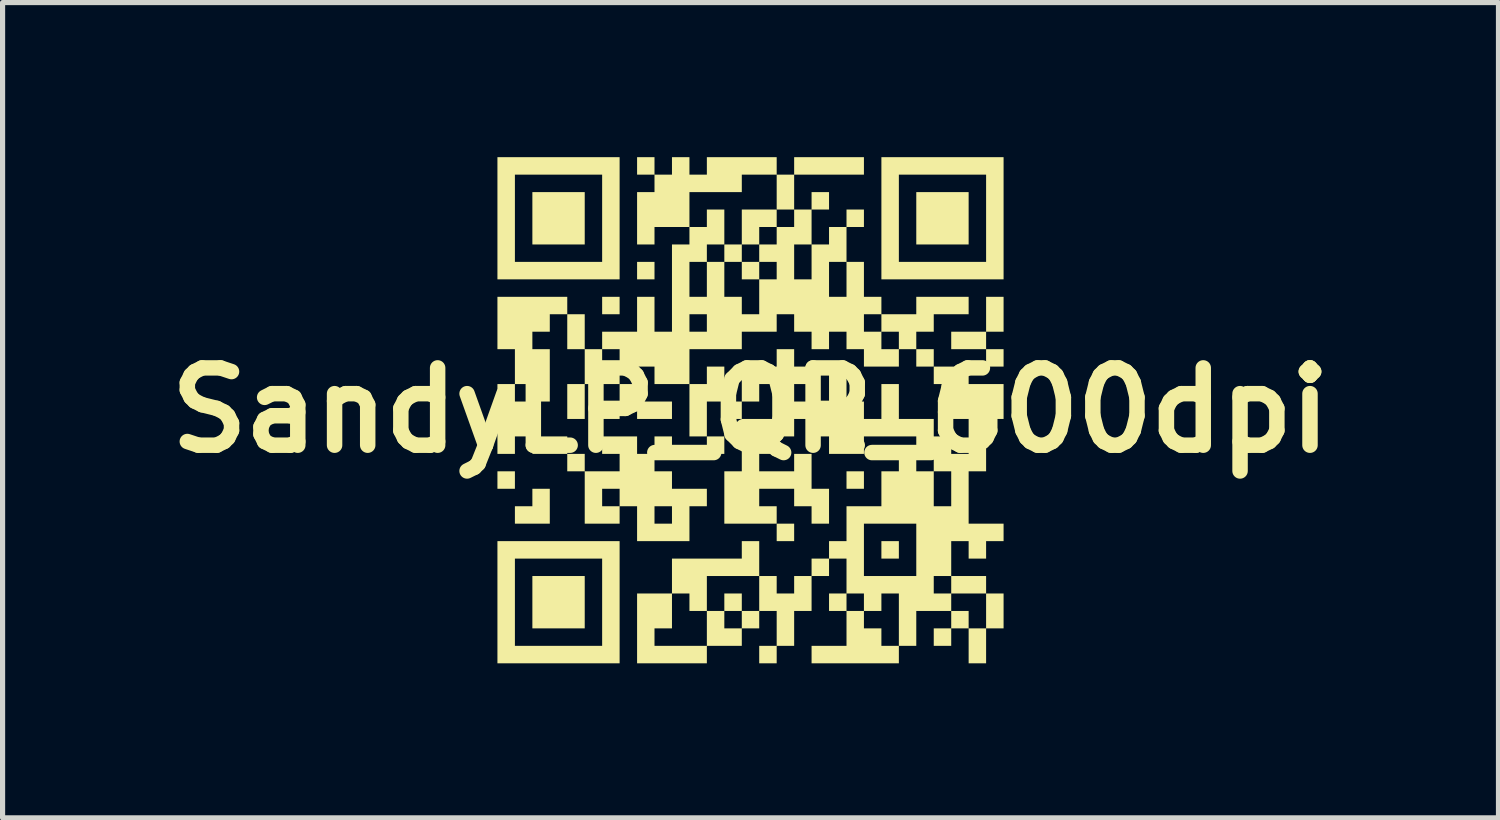
<source format=kicad_pcb>
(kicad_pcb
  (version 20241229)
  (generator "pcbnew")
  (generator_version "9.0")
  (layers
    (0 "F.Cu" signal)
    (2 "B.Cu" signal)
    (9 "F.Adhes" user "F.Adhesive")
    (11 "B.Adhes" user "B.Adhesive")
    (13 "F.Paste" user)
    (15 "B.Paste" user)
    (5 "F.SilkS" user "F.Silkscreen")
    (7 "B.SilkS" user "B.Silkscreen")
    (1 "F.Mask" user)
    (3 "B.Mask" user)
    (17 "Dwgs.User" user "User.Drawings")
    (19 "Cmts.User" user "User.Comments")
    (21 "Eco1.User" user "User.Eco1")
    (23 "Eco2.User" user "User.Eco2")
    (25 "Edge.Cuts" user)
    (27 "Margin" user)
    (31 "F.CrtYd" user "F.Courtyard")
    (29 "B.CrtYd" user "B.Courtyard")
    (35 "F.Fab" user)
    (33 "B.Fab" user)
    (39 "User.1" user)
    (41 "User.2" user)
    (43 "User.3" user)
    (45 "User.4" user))
  (footprint "SandyLP_QR_600dpi"
    (layer "F.Cu")
    (at 11.514 4.911)
    (property "Reference" "SandyLP_QR_600dpi" (at 0 0 0) (layer "F.SilkS") (effects (font (size 1.5 1.5) (thickness 0.3))))
    (attr board_only exclude_from_pos_files exclude_from_bom)
    (fp_poly (pts (xy -4.572 1.355) (xy -4.572 1.524) (xy -4.741 1.524) (xy -4.911 1.524) (xy -4.911 1.355) (xy -4.911 1.185) (xy -4.741 1.185) (xy -4.572 1.185)) (stroke (width 0) (type solid)) (fill yes) (layer "F.SilkS"))
    (fp_poly (pts (xy -3.556 0.677) (xy -3.556 0.847) (xy -3.895 0.847) (xy -4.233 0.847) (xy -4.233 0.677) (xy -4.233 0.508) (xy -3.895 0.508) (xy -3.556 0.508)) (stroke (width 0) (type solid)) (fill yes) (layer "F.SilkS"))
    (fp_poly (pts (xy -3.217 -3.725) (xy -3.217 -3.217) (xy -3.725 -3.217) (xy -4.233 -3.217) (xy -4.233 -3.725) (xy -4.233 -4.233) (xy -3.725 -4.233) (xy -3.217 -4.233)) (stroke (width 0) (type solid)) (fill yes) (layer "F.SilkS"))
    (fp_poly (pts (xy -3.217 3.725) (xy -3.217 4.233) (xy -3.725 4.233) (xy -4.233 4.233) (xy -4.233 3.725) (xy -4.233 3.217) (xy -3.725 3.217) (xy -3.217 3.217)) (stroke (width 0) (type solid)) (fill yes) (layer "F.SilkS"))
    (fp_poly (pts (xy -2.54 -2.032) (xy -2.54 -1.863) (xy -2.709 -1.863) (xy -2.879 -1.863) (xy -2.879 -2.032) (xy -2.879 -2.201) (xy -2.709 -2.201) (xy -2.54 -2.201)) (stroke (width 0) (type solid)) (fill yes) (layer "F.SilkS"))
    (fp_poly (pts (xy -1.863 -2.709) (xy -1.863 -2.54) (xy -2.032 -2.54) (xy -2.201 -2.54) (xy -2.201 -2.709) (xy -2.201 -2.879) (xy -2.032 -2.879) (xy -1.863 -2.879)) (stroke (width 0) (type solid)) (fill yes) (layer "F.SilkS"))
    (fp_poly (pts (xy -1.524 0) (xy -1.524 0.169) (xy -1.863 0.169) (xy -2.201 0.169) (xy -2.201 0) (xy -2.201 -0.169) (xy -1.863 -0.169) (xy -1.524 -0.169)) (stroke (width 0) (type solid)) (fill yes) (layer "F.SilkS"))
    (fp_poly (pts (xy -0.508 0.677) (xy -0.508 0.847) (xy -0.677 0.847) (xy -0.847 0.847) (xy -0.847 0.677) (xy -0.847 0.508) (xy -0.677 0.508) (xy -0.508 0.508)) (stroke (width 0) (type solid)) (fill yes) (layer "F.SilkS"))
    (fp_poly (pts (xy -0.169 3.725) (xy -0.169 3.895) (xy -0.339 3.895) (xy -0.508 3.895) (xy -0.508 3.725) (xy -0.508 3.556) (xy -0.339 3.556) (xy -0.169 3.556)) (stroke (width 0) (type solid)) (fill yes) (layer "F.SilkS"))
    (fp_poly (pts (xy 0.169 -2.709) (xy 0.169 -2.54) (xy 0 -2.54) (xy -0.169 -2.54) (xy -0.169 -2.709) (xy -0.169 -2.879) (xy 0 -2.879) (xy 0.169 -2.879)) (stroke (width 0) (type solid)) (fill yes) (layer "F.SilkS"))
    (fp_poly (pts (xy 0.847 2.371) (xy 0.847 2.54) (xy 0.677 2.54) (xy 0.508 2.54) (xy 0.508 2.371) (xy 0.508 2.201) (xy 0.677 2.201) (xy 0.847 2.201)) (stroke (width 0) (type solid)) (fill yes) (layer "F.SilkS"))
    (fp_poly (pts (xy 2.201 1.355) (xy 2.201 1.524) (xy 2.032 1.524) (xy 1.863 1.524) (xy 1.863 1.355) (xy 1.863 1.185) (xy 2.032 1.185) (xy 2.201 1.185)) (stroke (width 0) (type solid)) (fill yes) (layer "F.SilkS"))
    (fp_poly (pts (xy 2.879 2.709) (xy 2.879 2.879) (xy 2.709 2.879) (xy 2.54 2.879) (xy 2.54 2.709) (xy 2.54 2.54) (xy 2.709 2.54) (xy 2.879 2.54)) (stroke (width 0) (type solid)) (fill yes) (layer "F.SilkS"))
    (fp_poly (pts (xy 3.556 -1.016) (xy 3.556 -0.847) (xy 3.387 -0.847) (xy 3.217 -0.847) (xy 3.217 -1.016) (xy 3.217 -1.185) (xy 3.387 -1.185) (xy 3.556 -1.185)) (stroke (width 0) (type solid)) (fill yes) (layer "F.SilkS"))
    (fp_poly (pts (xy 4.233 -3.725) (xy 4.233 -3.217) (xy 3.725 -3.217) (xy 3.217 -3.217) (xy 3.217 -3.725) (xy 3.217 -4.233) (xy 3.725 -4.233) (xy 4.233 -4.233)) (stroke (width 0) (type solid)) (fill yes) (layer "F.SilkS"))
    (fp_poly (pts (xy 4.911 -1.016) (xy 4.911 -0.847) (xy 4.741 -0.847) (xy 4.572 -0.847) (xy 4.572 -1.016) (xy 4.572 -1.185) (xy 4.741 -1.185) (xy 4.911 -1.185)) (stroke (width 0) (type solid)) (fill yes) (layer "F.SilkS"))
    (fp_poly (pts (xy -3.895 1.863) (xy -3.895 2.201) (xy -4.233 2.201) (xy -4.572 2.201) (xy -4.572 2.032) (xy -4.572 1.863) (xy -4.403 1.863) (xy -4.233 1.863) (xy -4.233 1.693) (xy -4.233 1.524) (xy -4.064 1.524) (xy -3.895 1.524)) (stroke (width 0) (type solid)) (fill yes) (layer "F.SilkS"))
    (fp_poly (pts (xy -2.201 -0.339) (xy -2.201 -0.169) (xy -2.371 -0.169) (xy -2.54 -0.169) (xy -2.54 0) (xy -2.54 0.169) (xy -2.709 0.169) (xy -2.879 0.169) (xy -2.879 0) (xy -2.879 -0.169) (xy -2.709 -0.169) (xy -2.54 -0.169) (xy -2.54 -0.339) (xy -2.54 -0.508) (xy -2.371 -0.508) (xy -2.201 -0.508)) (stroke (width 0) (type solid)) (fill yes) (layer "F.SilkS"))
    (fp_poly (pts (xy 4.911 -1.863) (xy 4.911 -1.524) (xy 4.741 -1.524) (xy 4.572 -1.524) (xy 4.572 -1.355) (xy 4.572 -1.185) (xy 4.233 -1.185) (xy 3.895 -1.185) (xy 3.895 -1.355) (xy 3.895 -1.524) (xy 4.233 -1.524) (xy 4.572 -1.524) (xy 4.572 -1.863) (xy 4.572 -2.201) (xy 4.741 -2.201) (xy 4.911 -2.201)) (stroke (width 0) (type solid)) (fill yes) (layer "F.SilkS"))
    (fp_poly (pts (xy -2.54 -3.725) (xy -2.54 -2.54) (xy -3.725 -2.54) (xy -4.911 -2.54) (xy -4.911 -3.725) (xy -4.572 -3.725) (xy -4.572 -2.879) (xy -3.725 -2.879) (xy -2.879 -2.879) (xy -2.879 -3.725) (xy -2.879 -4.572) (xy -3.725 -4.572) (xy -4.572 -4.572) (xy -4.572 -3.725) (xy -4.911 -3.725) (xy -4.911 -4.911) (xy -3.725 -4.911) (xy -2.54 -4.911)) (stroke (width 0) (type solid)) (fill yes) (layer "F.SilkS"))
    (fp_poly (pts (xy -2.54 3.725) (xy -2.54 4.911) (xy -3.725 4.911) (xy -4.911 4.911) (xy -4.911 3.725) (xy -4.572 3.725) (xy -4.572 4.572) (xy -3.725 4.572) (xy -2.879 4.572) (xy -2.879 3.725) (xy -2.879 2.879) (xy -3.725 2.879) (xy -4.572 2.879) (xy -4.572 3.725) (xy -4.911 3.725) (xy -4.911 2.54) (xy -3.725 2.54) (xy -2.54 2.54)) (stroke (width 0) (type solid)) (fill yes) (layer "F.SilkS"))
    (fp_poly (pts (xy 4.911 -3.725) (xy 4.911 -2.54) (xy 3.725 -2.54) (xy 2.54 -2.54) (xy 2.54 -3.725) (xy 2.879 -3.725) (xy 2.879 -2.879) (xy 3.725 -2.879) (xy 4.572 -2.879) (xy 4.572 -3.725) (xy 4.572 -4.572) (xy 3.725 -4.572) (xy 2.879 -4.572) (xy 2.879 -3.725) (xy 2.54 -3.725) (xy 2.54 -4.911) (xy 3.725 -4.911) (xy 4.911 -4.911)) (stroke (width 0) (type solid)) (fill yes) (layer "F.SilkS"))
    (fp_poly (pts (xy 0.508 -3.725) (xy 0.508 -3.556) (xy 0.339 -3.556) (xy 0.169 -3.556) (xy 0.169 -3.387) (xy 0.169 -3.217) (xy 0 -3.217) (xy -0.169 -3.217) (xy -0.169 -3.048) (xy -0.169 -2.879) (xy -0.339 -2.879) (xy -0.508 -2.879) (xy -0.508 -3.048) (xy -0.508 -3.217) (xy -0.339 -3.217) (xy -0.169 -3.217) (xy -0.169 -3.556) (xy -0.169 -3.895) (xy 0.169 -3.895) (xy 0.508 -3.895)) (stroke (width 0) (type solid)) (fill yes) (layer "F.SilkS"))
    (fp_poly (pts (xy 4.911 3.895) (xy 4.911 4.233) (xy 4.741 4.233) (xy 4.572 4.233) (xy 4.572 4.572) (xy 4.572 4.911) (xy 4.403 4.911) (xy 4.233 4.911) (xy 4.233 4.572) (xy 4.233 4.233) (xy 4.064 4.233) (xy 3.895 4.233) (xy 3.895 4.403) (xy 3.895 4.572) (xy 3.725 4.572) (xy 3.556 4.572) (xy 3.556 4.403) (xy 3.556 4.233) (xy 3.725 4.233) (xy 3.895 4.233) (xy 3.895 4.064) (xy 3.895 3.895) (xy 4.064 3.895) (xy 4.233 3.895) (xy 4.233 4.064) (xy 4.233 4.233) (xy 4.403 4.233) (xy 4.572 4.233) (xy 4.572 3.895) (xy 4.572 3.556) (xy 4.741 3.556) (xy 4.911 3.556)) (stroke (width 0) (type solid)) (fill yes) (layer "F.SilkS"))
    (fp_poly (pts (xy -3.556 -2.032) (xy -3.556 -1.863) (xy -3.725 -1.863) (xy -3.895 -1.863) (xy -3.895 -1.693) (xy -3.895 -1.524) (xy -4.064 -1.524) (xy -4.233 -1.524) (xy -4.233 -1.355) (xy -4.233 -1.185) (xy -4.064 -1.185) (xy -3.895 -1.185) (xy -3.895 -0.677) (xy -3.895 -0.169) (xy -4.064 -0.169) (xy -4.233 -0.169) (xy -4.233 0.169) (xy -4.233 0.508) (xy -4.403 0.508) (xy -4.572 0.508) (xy -4.572 0.677) (xy -4.572 0.847) (xy -4.741 0.847) (xy -4.911 0.847) (xy -4.911 0.169) (xy -4.911 -0.339) (xy -4.572 -0.339) (xy -4.572 -0.169) (xy -4.403 -0.169) (xy -4.233 -0.169) (xy -4.233 -0.339) (xy -4.233 -0.508) (xy -4.403 -0.508) (xy -4.572 -0.508) (xy -4.572 -0.339) (xy -4.911 -0.339) (xy -4.911 -0.508) (xy -4.741 -0.508) (xy -4.572 -0.508) (xy -4.572 -0.847) (xy -4.572 -1.185) (xy -4.741 -1.185) (xy -4.911 -1.185) (xy -4.911 -1.693) (xy -4.911 -2.201) (xy -4.233 -2.201) (xy -3.556 -2.201)) (stroke (width 0) (type solid)) (fill yes) (layer "F.SilkS"))
    (fp_poly (pts (xy -2.201 0.677) (xy -2.201 0.847) (xy -2.032 0.847) (xy -1.863 0.847) (xy -1.863 0.677) (xy -1.863 0.508) (xy -1.693 0.508) (xy -1.524 0.508) (xy -1.524 0.677) (xy -1.524 0.847) (xy -1.693 0.847) (xy -1.863 0.847) (xy -1.863 1.016) (xy -1.863 1.185) (xy -1.693 1.185) (xy -1.524 1.185) (xy -1.524 1.355) (xy -1.524 1.524) (xy -1.185 1.524) (xy -0.847 1.524) (xy -0.847 1.693) (xy -0.847 1.863) (xy -1.016 1.863) (xy -1.185 1.863) (xy -1.185 2.201) (xy -1.185 2.54) (xy -1.693 2.54) (xy -2.201 2.54) (xy -2.201 2.201) (xy -2.201 2.032) (xy -1.863 2.032) (xy -1.863 2.201) (xy -1.693 2.201) (xy -1.524 2.201) (xy -1.524 2.032) (xy -1.524 1.863) (xy -1.693 1.863) (xy -1.863 1.863) (xy -1.863 2.032) (xy -2.201 2.032) (xy -2.201 1.863) (xy -2.371 1.863) (xy -2.54 1.863) (xy -2.54 2.032) (xy -2.54 2.201) (xy -2.879 2.201) (xy -3.217 2.201) (xy -3.217 1.693) (xy -2.879 1.693) (xy -2.879 1.863) (xy -2.709 1.863) (xy -2.54 1.863) (xy -2.54 1.693) (xy -2.54 1.524) (xy -2.709 1.524) (xy -2.879 1.524) (xy -2.879 1.693) (xy -3.217 1.693) (xy -3.217 1.185) (xy -3.387 1.185) (xy -3.556 1.185) (xy -3.556 1.016) (xy -3.556 0.847) (xy -3.387 0.847) (xy -3.217 0.847) (xy -3.217 1.016) (xy -3.217 1.185) (xy -2.879 1.185) (xy -2.54 1.185) (xy -2.54 1.016) (xy -2.54 0.847) (xy -2.709 0.847) (xy -2.879 0.847) (xy -2.879 0.677) (xy -2.879 0.508) (xy -2.54 0.508) (xy -2.201 0.508)) (stroke (width 0) (type solid)) (fill yes) (layer "F.SilkS"))
    (fp_poly (pts (xy -1.863 -4.741) (xy -1.863 -4.572) (xy -1.693 -4.572) (xy -1.524 -4.572) (xy -1.524 -4.741) (xy -1.524 -4.911) (xy -1.355 -4.911) (xy -1.185 -4.911) (xy -1.185 -4.741) (xy -1.185 -4.572) (xy -1.016 -4.572) (xy -0.847 -4.572) (xy -0.847 -4.741) (xy -0.847 -4.911) (xy -0.169 -4.911) (xy 0.508 -4.911) (xy 0.508 -4.741) (xy 0.508 -4.572) (xy 0.677 -4.572) (xy 0.847 -4.572) (xy 0.847 -4.741) (xy 0.847 -4.911) (xy 1.524 -4.911) (xy 2.201 -4.911) (xy 2.201 -4.741) (xy 2.201 -4.572) (xy 1.524 -4.572) (xy 0.847 -4.572) (xy 0.847 -4.233) (xy 0.847 -3.895) (xy 1.016 -3.895) (xy 1.185 -3.895) (xy 1.185 -4.064) (xy 1.185 -4.233) (xy 1.355 -4.233) (xy 1.524 -4.233) (xy 1.524 -4.064) (xy 1.524 -3.895) (xy 1.355 -3.895) (xy 1.185 -3.895) (xy 1.185 -3.556) (xy 1.185 -3.217) (xy 1.355 -3.217) (xy 1.524 -3.217) (xy 1.524 -3.387) (xy 1.524 -3.556) (xy 1.693 -3.556) (xy 1.863 -3.556) (xy 1.863 -3.725) (xy 1.863 -3.895) (xy 2.032 -3.895) (xy 2.201 -3.895) (xy 2.201 -3.725) (xy 2.201 -3.556) (xy 2.032 -3.556) (xy 1.863 -3.556) (xy 1.863 -3.217) (xy 1.863 -2.879) (xy 1.693 -2.879) (xy 1.524 -2.879) (xy 1.524 -2.54) (xy 1.524 -2.201) (xy 1.693 -2.201) (xy 1.863 -2.201) (xy 1.863 -2.54) (xy 1.863 -2.879) (xy 2.032 -2.879) (xy 2.201 -2.879) (xy 2.201 -2.54) (xy 2.201 -2.201) (xy 2.371 -2.201) (xy 2.54 -2.201) (xy 2.54 -2.032) (xy 2.54 -1.863) (xy 2.879 -1.863) (xy 3.217 -1.863) (xy 3.217 -2.032) (xy 3.217 -2.201) (xy 3.725 -2.201) (xy 4.233 -2.201) (xy 4.233 -2.032) (xy 4.233 -1.863) (xy 3.895 -1.863) (xy 3.556 -1.863) (xy 3.556 -1.693) (xy 3.556 -1.524) (xy 3.387 -1.524) (xy 3.217 -1.524) (xy 3.217 -1.355) (xy 3.217 -1.185) (xy 3.048 -1.185) (xy 2.879 -1.185) (xy 2.879 -1.016) (xy 2.879 -0.847) (xy 2.54 -0.847) (xy 2.201 -0.847) (xy 2.201 -1.016) (xy 2.201 -1.185) (xy 2.032 -1.185) (xy 1.863 -1.185) (xy 1.863 -1.355) (xy 2.54 -1.355) (xy 2.54 -1.185) (xy 2.709 -1.185) (xy 2.879 -1.185) (xy 2.879 -1.355) (xy 2.879 -1.524) (xy 2.709 -1.524) (xy 2.54 -1.524) (xy 2.54 -1.355) (xy 1.863 -1.355) (xy 1.863 -1.524) (xy 1.693 -1.524) (xy 1.524 -1.524) (xy 1.524 -1.355) (xy 1.524 -1.185) (xy 1.355 -1.185) (xy 1.185 -1.185) (xy 1.185 -1.355) (xy 1.185 -1.524) (xy 1.016 -1.524) (xy 0.847 -1.524) (xy 0.847 -1.693) (xy 2.201 -1.693) (xy 2.201 -1.524) (xy 2.371 -1.524) (xy 2.54 -1.524) (xy 2.54 -1.693) (xy 2.54 -1.863) (xy 2.371 -1.863) (xy 2.201 -1.863) (xy 2.201 -1.693) (xy 0.847 -1.693) (xy 0.847 -1.863) (xy 0.677 -1.863) (xy 0.508 -1.863) (xy 0.508 -1.693) (xy 0.508 -1.524) (xy 0.169 -1.524) (xy -0.169 -1.524) (xy -0.169 -1.355) (xy -0.169 -1.185) (xy -0.677 -1.185) (xy -1.185 -1.185) (xy -1.185 -0.847) (xy -1.185 -0.508) (xy -1.016 -0.508) (xy -0.847 -0.508) (xy -0.847 -0.677) (xy -0.847 -0.847) (xy -0.677 -0.847) (xy -0.508 -0.847) (xy -0.508 -0.508) (xy -0.508 -0.169) (xy -0.677 -0.169) (xy -0.847 -0.169) (xy -0.847 0.169) (xy -0.847 0.508) (xy -1.016 0.508) (xy -1.185 0.508) (xy -1.185 0) (xy -1.185 -0.508) (xy -1.524 -0.508) (xy -1.863 -0.508) (xy -1.863 -0.677) (xy -1.863 -0.847) (xy -2.201 -0.847) (xy -2.54 -0.847) (xy -2.54 -0.677) (xy -2.54 -0.508) (xy -2.879 -0.508) (xy -3.217 -0.508) (xy -3.217 -0.169) (xy -3.217 0.169) (xy -3.387 0.169) (xy -3.556 0.169) (xy -3.556 -0.169) (xy -3.556 -0.508) (xy -3.387 -0.508) (xy -3.217 -0.508) (xy -3.217 -0.847) (xy -3.217 -1.016) (xy -2.879 -1.016) (xy -2.879 -0.847) (xy -2.709 -0.847) (xy -2.54 -0.847) (xy -2.54 -1.016) (xy -2.54 -1.185) (xy -2.709 -1.185) (xy -2.879 -1.185) (xy -2.879 -1.016) (xy -3.217 -1.016) (xy -3.217 -1.185) (xy -3.387 -1.185) (xy -3.556 -1.185) (xy -3.556 -1.524) (xy -3.556 -1.863) (xy -3.387 -1.863) (xy -3.217 -1.863) (xy -3.217 -1.524) (xy -3.217 -1.185) (xy -3.048 -1.185) (xy -2.879 -1.185) (xy -2.879 -1.355) (xy -2.879 -1.524) (xy -2.54 -1.524) (xy -2.201 -1.524) (xy -2.201 -1.863) (xy -2.201 -2.201) (xy -2.032 -2.201) (xy -1.863 -2.201) (xy -1.863 -1.863) (xy -1.863 -1.524) (xy -1.693 -1.524) (xy -1.524 -1.524) (xy -1.524 -1.693) (xy -1.185 -1.693) (xy -1.185 -1.524) (xy -1.016 -1.524) (xy -0.847 -1.524) (xy -0.847 -1.693) (xy -0.847 -1.863) (xy -1.016 -1.863) (xy -1.185 -1.863) (xy -1.185 -1.693) (xy -1.524 -1.693) (xy -1.524 -2.371) (xy -1.524 -3.217) (xy -1.355 -3.217) (xy -1.185 -3.217) (xy -1.185 -3.387) (xy -1.185 -3.556) (xy -1.524 -3.556) (xy -1.863 -3.556) (xy -1.863 -3.387) (xy -1.863 -3.217) (xy -2.032 -3.217) (xy -2.201 -3.217) (xy -2.201 -3.725) (xy -2.201 -4.233) (xy -2.032 -4.233) (xy -1.863 -4.233) (xy -1.185 -4.233) (xy -1.185 -3.895) (xy -1.185 -3.556) (xy -1.016 -3.556) (xy -0.847 -3.556) (xy -0.847 -3.725) (xy -0.847 -3.895) (xy -0.677 -3.895) (xy -0.508 -3.895) (xy -0.508 -3.556) (xy -0.508 -3.217) (xy -0.677 -3.217) (xy -0.847 -3.217) (xy -0.847 -3.048) (xy -0.847 -2.879) (xy -1.016 -2.879) (xy -1.185 -2.879) (xy -1.185 -2.54) (xy -1.185 -2.201) (xy -1.016 -2.201) (xy -0.847 -2.201) (xy -0.847 -2.54) (xy -0.847 -2.879) (xy -0.677 -2.879) (xy -0.508 -2.879) (xy -0.508 -2.54) (xy -0.508 -2.201) (xy -0.339 -2.201) (xy -0.169 -2.201) (xy -0.169 -2.032) (xy -0.169 -1.863) (xy 0 -1.863) (xy 0.169 -1.863) (xy 0.169 -2.201) (xy 0.169 -2.54) (xy 0.339 -2.54) (xy 0.508 -2.54) (xy 0.508 -2.709) (xy 0.508 -2.879) (xy 0.847 -2.879) (xy 0.847 -2.54) (xy 1.016 -2.54) (xy 1.185 -2.54) (xy 1.185 -2.879) (xy 1.185 -3.217) (xy 1.016 -3.217) (xy 0.847 -3.217) (xy 0.847 -2.879) (xy 0.508 -2.879) (xy 0.339 -2.879) (xy 0.169 -2.879) (xy 0.169 -3.048) (xy 0.169 -3.217) (xy 0.339 -3.217) (xy 0.508 -3.217) (xy 0.508 -3.387) (xy 0.508 -3.556) (xy 0.677 -3.556) (xy 0.847 -3.556) (xy 0.847 -3.725) (xy 0.847 -3.895) (xy 0.677 -3.895) (xy 0.508 -3.895) (xy 0.508 -4.233) (xy 0.508 -4.572) (xy 0.169 -4.572) (xy -0.169 -4.572) (xy -0.169 -4.403) (xy -0.169 -4.233) (xy -0.677 -4.233) (xy -1.185 -4.233) (xy -1.863 -4.233) (xy -1.863 -4.403) (xy -1.863 -4.572) (xy -2.032 -4.572) (xy -2.201 -4.572) (xy -2.201 -4.741) (xy -2.201 -4.911) (xy -2.032 -4.911) (xy -1.863 -4.911)) (stroke (width 0) (type solid)) (fill yes) (layer "F.SilkS"))
    (fp_poly (pts (xy 0.847 -1.016) (xy 0.847 -0.847) (xy 1.016 -0.847) (xy 1.185 -0.847) (xy 1.185 -0.677) (xy 1.185 -0.508) (xy 1.016 -0.508) (xy 0.847 -0.508) (xy 0.847 -0.339) (xy 0.847 -0.169) (xy 1.185 -0.169) (xy 1.524 -0.169) (xy 1.524 -0.508) (xy 1.524 -0.847) (xy 1.693 -0.847) (xy 1.863 -0.847) (xy 1.863 -0.508) (xy 1.863 -0.169) (xy 2.032 -0.169) (xy 2.201 -0.169) (xy 2.201 0) (xy 2.201 0.169) (xy 2.371 0.169) (xy 2.54 0.169) (xy 2.54 -0.169) (xy 2.54 -0.508) (xy 2.709 -0.508) (xy 2.879 -0.508) (xy 2.879 -0.169) (xy 2.879 0.169) (xy 3.217 0.169) (xy 3.556 0.169) (xy 3.556 0.339) (xy 3.556 0.508) (xy 3.725 0.508) (xy 3.895 0.508) (xy 3.895 0.677) (xy 3.895 0.847) (xy 4.064 0.847) (xy 4.233 0.847) (xy 4.233 0.508) (xy 4.233 0.169) (xy 4.064 0.169) (xy 3.895 0.169) (xy 3.895 -0.169) (xy 3.895 -0.508) (xy 3.725 -0.508) (xy 3.556 -0.508) (xy 3.556 -0.677) (xy 3.556 -0.847) (xy 3.895 -0.847) (xy 4.233 -0.847) (xy 4.233 -0.677) (xy 4.233 -0.508) (xy 4.572 -0.508) (xy 4.911 -0.508) (xy 4.911 -0.169) (xy 4.911 0.169) (xy 4.741 0.169) (xy 4.572 0.169) (xy 4.572 0.677) (xy 4.572 1.185) (xy 4.403 1.185) (xy 4.233 1.185) (xy 4.233 1.693) (xy 4.233 2.201) (xy 4.572 2.201) (xy 4.911 2.201) (xy 4.911 2.371) (xy 4.911 2.54) (xy 4.741 2.54) (xy 4.572 2.54) (xy 4.572 2.709) (xy 4.572 2.879) (xy 4.403 2.879) (xy 4.233 2.879) (xy 4.233 2.709) (xy 4.233 2.54) (xy 4.064 2.54) (xy 3.895 2.54) (xy 3.895 2.879) (xy 3.895 3.217) (xy 3.725 3.217) (xy 3.556 3.217) (xy 3.556 3.387) (xy 3.556 3.556) (xy 3.725 3.556) (xy 3.895 3.556) (xy 3.895 3.387) (xy 3.895 3.217) (xy 4.233 3.217) (xy 4.572 3.217) (xy 4.572 3.387) (xy 4.572 3.556) (xy 4.233 3.556) (xy 3.895 3.556) (xy 3.895 3.725) (xy 3.895 3.895) (xy 3.556 3.895) (xy 3.217 3.895) (xy 3.217 4.233) (xy 3.217 4.572) (xy 3.048 4.572) (xy 2.879 4.572) (xy 2.879 4.741) (xy 2.879 4.911) (xy 2.032 4.911) (xy 1.185 4.911) (xy 1.185 4.741) (xy 1.185 4.572) (xy 1.524 4.572) (xy 1.863 4.572) (xy 1.863 4.233) (xy 1.863 3.895) (xy 2.032 3.895) (xy 2.201 3.895) (xy 2.201 4.064) (xy 2.201 4.233) (xy 2.371 4.233) (xy 2.54 4.233) (xy 2.54 4.403) (xy 2.54 4.572) (xy 2.709 4.572) (xy 2.879 4.572) (xy 2.879 4.064) (xy 2.879 3.556) (xy 2.709 3.556) (xy 2.54 3.556) (xy 2.54 3.725) (xy 2.54 3.895) (xy 2.371 3.895) (xy 2.201 3.895) (xy 2.201 3.725) (xy 2.201 3.556) (xy 2.032 3.556) (xy 1.863 3.556) (xy 1.863 3.725) (xy 1.863 3.895) (xy 1.693 3.895) (xy 1.524 3.895) (xy 1.524 3.725) (xy 1.524 3.556) (xy 1.693 3.556) (xy 1.863 3.556) (xy 1.863 3.217) (xy 1.863 2.879) (xy 1.693 2.879) (xy 1.524 2.879) (xy 1.524 3.048) (xy 1.524 3.217) (xy 1.355 3.217) (xy 1.185 3.217) (xy 1.185 3.556) (xy 1.185 3.895) (xy 1.016 3.895) (xy 0.847 3.895) (xy 0.847 4.233) (xy 0.847 4.572) (xy 0.677 4.572) (xy 0.508 4.572) (xy 0.508 4.741) (xy 0.508 4.911) (xy 0.339 4.911) (xy 0.169 4.911) (xy 0.169 4.741) (xy 0.169 4.572) (xy 0.339 4.572) (xy 0.508 4.572) (xy 0.508 4.233) (xy 0.508 3.895) (xy 0.339 3.895) (xy 0.169 3.895) (xy 0.169 4.064) (xy 0.169 4.233) (xy 0 4.233) (xy -0.169 4.233) (xy -0.169 4.403) (xy -0.169 4.572) (xy -0.508 4.572) (xy -0.847 4.572) (xy -0.847 4.741) (xy -0.847 4.911) (xy -1.524 4.911) (xy -2.201 4.911) (xy -2.201 4.233) (xy -2.201 3.556) (xy -1.863 3.556) (xy -1.524 3.556) (xy -1.524 3.217) (xy -1.524 2.879) (xy -0.847 2.879) (xy -0.169 2.879) (xy -0.169 2.709) (xy -0.169 2.54) (xy 0 2.54) (xy 0.169 2.54) (xy 0.169 2.879) (xy 0.169 3.217) (xy -0.339 3.217) (xy -0.847 3.217) (xy -0.847 3.556) (xy -0.847 3.895) (xy -1.016 3.895) (xy -1.185 3.895) (xy -1.185 3.725) (xy -1.185 3.556) (xy -1.355 3.556) (xy -1.524 3.556) (xy -1.524 3.895) (xy -1.524 4.233) (xy -1.693 4.233) (xy -1.863 4.233) (xy -1.863 4.403) (xy -1.863 4.572) (xy -1.355 4.572) (xy -0.847 4.572) (xy -0.847 4.233) (xy -0.847 3.895) (xy -0.677 3.895) (xy -0.508 3.895) (xy -0.508 4.064) (xy -0.508 4.233) (xy -0.339 4.233) (xy -0.169 4.233) (xy -0.169 4.064) (xy -0.169 3.895) (xy 0 3.895) (xy 0.169 3.895) (xy 0.169 3.556) (xy 0.169 3.217) (xy 0.339 3.217) (xy 0.508 3.217) (xy 0.508 3.387) (xy 0.508 3.556) (xy 0.677 3.556) (xy 0.847 3.556) (xy 0.847 3.387) (xy 0.847 3.217) (xy 1.016 3.217) (xy 1.185 3.217) (xy 1.185 3.048) (xy 1.185 2.879) (xy 1.355 2.879) (xy 1.524 2.879) (xy 1.524 2.709) (xy 2.201 2.709) (xy 2.201 3.217) (xy 2.709 3.217) (xy 3.217 3.217) (xy 3.217 2.709) (xy 3.217 2.201) (xy 2.709 2.201) (xy 2.201 2.201) (xy 2.201 2.709) (xy 1.524 2.709) (xy 1.524 2.54) (xy 1.693 2.54) (xy 1.863 2.54) (xy 1.863 2.201) (xy 1.863 1.863) (xy 2.201 1.863) (xy 2.54 1.863) (xy 2.54 1.524) (xy 3.556 1.524) (xy 3.556 1.863) (xy 3.725 1.863) (xy 3.895 1.863) (xy 3.895 1.524) (xy 3.895 1.185) (xy 3.725 1.185) (xy 3.556 1.185) (xy 3.556 1.524) (xy 2.54 1.524) (xy 2.54 1.185) (xy 2.709 1.185) (xy 2.879 1.185) (xy 2.879 1.016) (xy 3.217 1.016) (xy 3.217 1.185) (xy 3.387 1.185) (xy 3.556 1.185) (xy 3.556 1.016) (xy 3.556 0.847) (xy 3.387 0.847) (xy 3.217 0.847) (xy 3.217 1.016) (xy 2.879 1.016) (xy 2.879 0.847) (xy 3.048 0.847) (xy 3.217 0.847) (xy 3.217 0.677) (xy 3.217 0.508) (xy 2.709 0.508) (xy 2.201 0.508) (xy 2.201 0.677) (xy 2.201 0.847) (xy 1.863 0.847) (xy 1.524 0.847) (xy 1.524 0.677) (xy 1.524 0.508) (xy 1.355 0.508) (xy 1.185 0.508) (xy 1.185 0.339) (xy 1.185 0.169) (xy 1.016 0.169) (xy 0.847 0.169) (xy 0.847 0.339) (xy 0.847 0.508) (xy 0.677 0.508) (xy 0.508 0.508) (xy 0.508 0.677) (xy 0.508 0.847) (xy 0.339 0.847) (xy 0.169 0.847) (xy 0.169 1.016) (xy 0.169 1.185) (xy 0.508 1.185) (xy 0.847 1.185) (xy 0.847 1.016) (xy 0.847 0.847) (xy 1.016 0.847) (xy 1.185 0.847) (xy 1.185 1.185) (xy 1.185 1.524) (xy 1.355 1.524) (xy 1.524 1.524) (xy 1.524 1.863) (xy 1.524 2.201) (xy 1.355 2.201) (xy 1.185 2.201) (xy 1.185 2.032) (xy 1.185 1.863) (xy 1.016 1.863) (xy 0.847 1.863) (xy 0.847 1.693) (xy 0.847 1.524) (xy 0.508 1.524) (xy 0.169 1.524) (xy 0.169 1.693) (xy 0.169 1.863) (xy 0.339 1.863) (xy 0.508 1.863) (xy 0.508 2.032) (xy 0.508 2.201) (xy 0 2.201) (xy -0.508 2.201) (xy -0.508 1.693) (xy -0.508 1.185) (xy -0.339 1.185) (xy -0.169 1.185) (xy -0.169 0.677) (xy -0.169 0.169) (xy -0.339 0.169) (xy -0.508 0.169) (xy -0.508 0) (xy -0.508 -0.169) (xy -0.339 -0.169) (xy -0.169 -0.169) (xy -0.169 0) (xy -0.169 0.169) (xy 0.169 0.169) (xy 0.508 0.169) (xy 0.508 -0.169) (xy 0.508 -0.508) (xy 0.339 -0.508) (xy 0.169 -0.508) (xy 0.169 -0.339) (xy 0.169 -0.169) (xy 0 -0.169) (xy -0.169 -0.169) (xy -0.169 -0.508) (xy -0.169 -0.847) (xy 0.169 -0.847) (xy 0.508 -0.847) (xy 0.508 -1.016) (xy 0.508 -1.185) (xy 0.677 -1.185) (xy 0.847 -1.185)) (stroke (width 0) (type solid)) (fill yes) (layer "F.SilkS")))
  (gr_rect
    (start -3 -3)
    (end 26.029 12.821)
    (stroke (width 0.1) (type default))
    (fill no)
    (layer "Edge.Cuts")))
</source>
